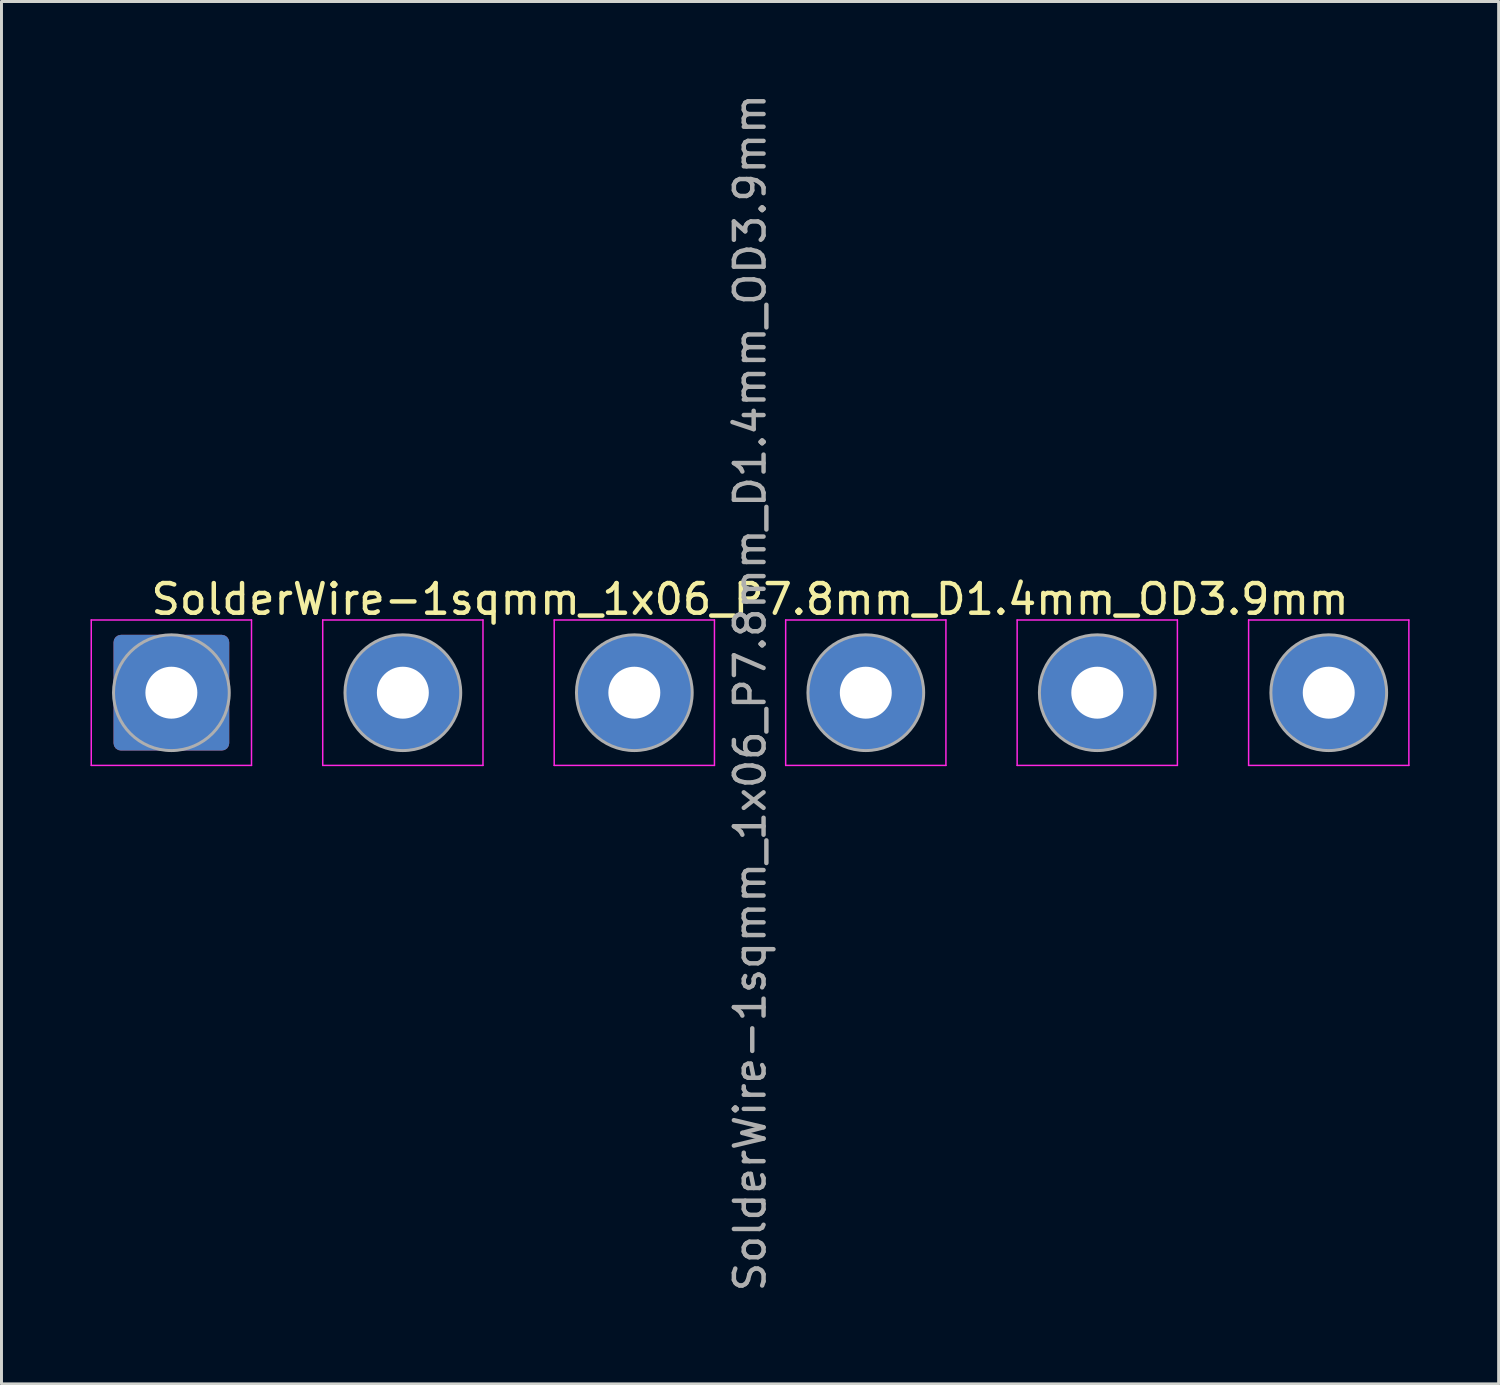
<source format=kicad_pcb>
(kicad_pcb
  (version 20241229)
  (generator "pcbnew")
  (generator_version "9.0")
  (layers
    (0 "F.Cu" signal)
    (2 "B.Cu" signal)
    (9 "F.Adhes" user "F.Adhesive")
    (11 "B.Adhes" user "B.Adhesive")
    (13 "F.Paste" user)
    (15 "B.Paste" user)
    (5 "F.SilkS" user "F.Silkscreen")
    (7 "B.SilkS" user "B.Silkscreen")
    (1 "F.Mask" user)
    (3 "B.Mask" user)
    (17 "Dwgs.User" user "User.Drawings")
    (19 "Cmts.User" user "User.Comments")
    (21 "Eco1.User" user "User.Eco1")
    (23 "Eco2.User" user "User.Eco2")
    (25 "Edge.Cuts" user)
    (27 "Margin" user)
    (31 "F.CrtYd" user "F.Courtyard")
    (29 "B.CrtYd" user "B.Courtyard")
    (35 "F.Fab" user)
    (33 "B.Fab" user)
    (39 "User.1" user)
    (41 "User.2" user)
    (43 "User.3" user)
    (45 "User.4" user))
  (footprint "SolderWire-1sqmm_1x06_P7.8mm_D1.4mm_OD3.9mm"
    (layer "F.Cu")
    (at 2.725 20.292)
    (property "Reference" "SolderWire-1sqmm_1x06_P7.8mm_D1.4mm_OD3.9mm" (at 19.5 -3.15 0) (layer "F.SilkS") (effects (font (size 1 1) (thickness 0.15))))
    (attr exclude_from_pos_files exclude_from_bom)
    (fp_line (start -2.7 -2.45) (end -2.7 2.45) (stroke (width 0.05) (type solid)) (layer "F.CrtYd"))
    (fp_line (start -2.7 2.45) (end 2.7 2.45) (stroke (width 0.05) (type solid)) (layer "F.CrtYd"))
    (fp_line (start 2.7 -2.45) (end -2.7 -2.45) (stroke (width 0.05) (type solid)) (layer "F.CrtYd"))
    (fp_line (start 2.7 2.45) (end 2.7 -2.45) (stroke (width 0.05) (type solid)) (layer "F.CrtYd"))
    (fp_line (start 5.1 -2.45) (end 5.1 2.45) (stroke (width 0.05) (type solid)) (layer "F.CrtYd"))
    (fp_line (start 5.1 2.45) (end 10.5 2.45) (stroke (width 0.05) (type solid)) (layer "F.CrtYd"))
    (fp_line (start 10.5 -2.45) (end 5.1 -2.45) (stroke (width 0.05) (type solid)) (layer "F.CrtYd"))
    (fp_line (start 10.5 2.45) (end 10.5 -2.45) (stroke (width 0.05) (type solid)) (layer "F.CrtYd"))
    (fp_line (start 12.9 -2.45) (end 12.9 2.45) (stroke (width 0.05) (type solid)) (layer "F.CrtYd"))
    (fp_line (start 12.9 2.45) (end 18.3 2.45) (stroke (width 0.05) (type solid)) (layer "F.CrtYd"))
    (fp_line (start 18.3 -2.45) (end 12.9 -2.45) (stroke (width 0.05) (type solid)) (layer "F.CrtYd"))
    (fp_line (start 18.3 2.45) (end 18.3 -2.45) (stroke (width 0.05) (type solid)) (layer "F.CrtYd"))
    (fp_line (start 20.7 -2.45) (end 20.7 2.45) (stroke (width 0.05) (type solid)) (layer "F.CrtYd"))
    (fp_line (start 20.7 2.45) (end 26.1 2.45) (stroke (width 0.05) (type solid)) (layer "F.CrtYd"))
    (fp_line (start 26.1 -2.45) (end 20.7 -2.45) (stroke (width 0.05) (type solid)) (layer "F.CrtYd"))
    (fp_line (start 26.1 2.45) (end 26.1 -2.45) (stroke (width 0.05) (type solid)) (layer "F.CrtYd"))
    (fp_line (start 28.5 -2.45) (end 28.5 2.45) (stroke (width 0.05) (type solid)) (layer "F.CrtYd"))
    (fp_line (start 28.5 2.45) (end 33.9 2.45) (stroke (width 0.05) (type solid)) (layer "F.CrtYd"))
    (fp_line (start 33.9 -2.45) (end 28.5 -2.45) (stroke (width 0.05) (type solid)) (layer "F.CrtYd"))
    (fp_line (start 33.9 2.45) (end 33.9 -2.45) (stroke (width 0.05) (type solid)) (layer "F.CrtYd"))
    (fp_line (start 36.3 -2.45) (end 36.3 2.45) (stroke (width 0.05) (type solid)) (layer "F.CrtYd"))
    (fp_line (start 36.3 2.45) (end 41.7 2.45) (stroke (width 0.05) (type solid)) (layer "F.CrtYd"))
    (fp_line (start 41.7 -2.45) (end 36.3 -2.45) (stroke (width 0.05) (type solid)) (layer "F.CrtYd"))
    (fp_line (start 41.7 2.45) (end 41.7 -2.45) (stroke (width 0.05) (type solid)) (layer "F.CrtYd"))
    (fp_circle (center 0 0) (end 1.95 0) (stroke (width 0.1) (type solid)) (fill no) (layer "F.Fab"))
    (fp_circle (center 7.8 0) (end 9.75 0) (stroke (width 0.1) (type solid)) (fill no) (layer "F.Fab"))
    (fp_circle (center 15.6 0) (end 17.55 0) (stroke (width 0.1) (type solid)) (fill no) (layer "F.Fab"))
    (fp_circle (center 23.4 0) (end 25.35 0) (stroke (width 0.1) (type solid)) (fill no) (layer "F.Fab"))
    (fp_circle (center 31.2 0) (end 33.15 0) (stroke (width 0.1) (type solid)) (fill no) (layer "F.Fab"))
    (fp_circle (center 39 0) (end 40.95 0) (stroke (width 0.1) (type solid)) (fill no) (layer "F.Fab"))
    (fp_text user "${REFERENCE}" (at 19.5 0 90) (layer "F.Fab") (effects (font (size 1 1) (thickness 0.15))))
    (pad "1" thru_hole roundrect (at 0 0) (size 3.9 3.9) (drill 1.75) (layers "*.Cu" "*.Mask") (roundrect_rratio 0.064))
    (pad "2" thru_hole circle (at 7.8 0) (size 3.9 3.9) (drill 1.75) (layers "*.Cu" "*.Mask"))
    (pad "3" thru_hole circle (at 15.6 0) (size 3.9 3.9) (drill 1.75) (layers "*.Cu" "*.Mask"))
    (pad "4" thru_hole circle (at 23.4 0) (size 3.9 3.9) (drill 1.75) (layers "*.Cu" "*.Mask"))
    (pad "5" thru_hole circle (at 31.2 0) (size 3.9 3.9) (drill 1.75) (layers "*.Cu" "*.Mask"))
    (pad "6" thru_hole circle (at 39 0) (size 3.9 3.9) (drill 1.75) (layers "*.Cu" "*.Mask")))
  (gr_rect
    (start -3 -3)
    (end 47.45 43.583)
    (stroke (width 0.1) (type default))
    (fill no)
    (layer "Edge.Cuts")))
</source>
